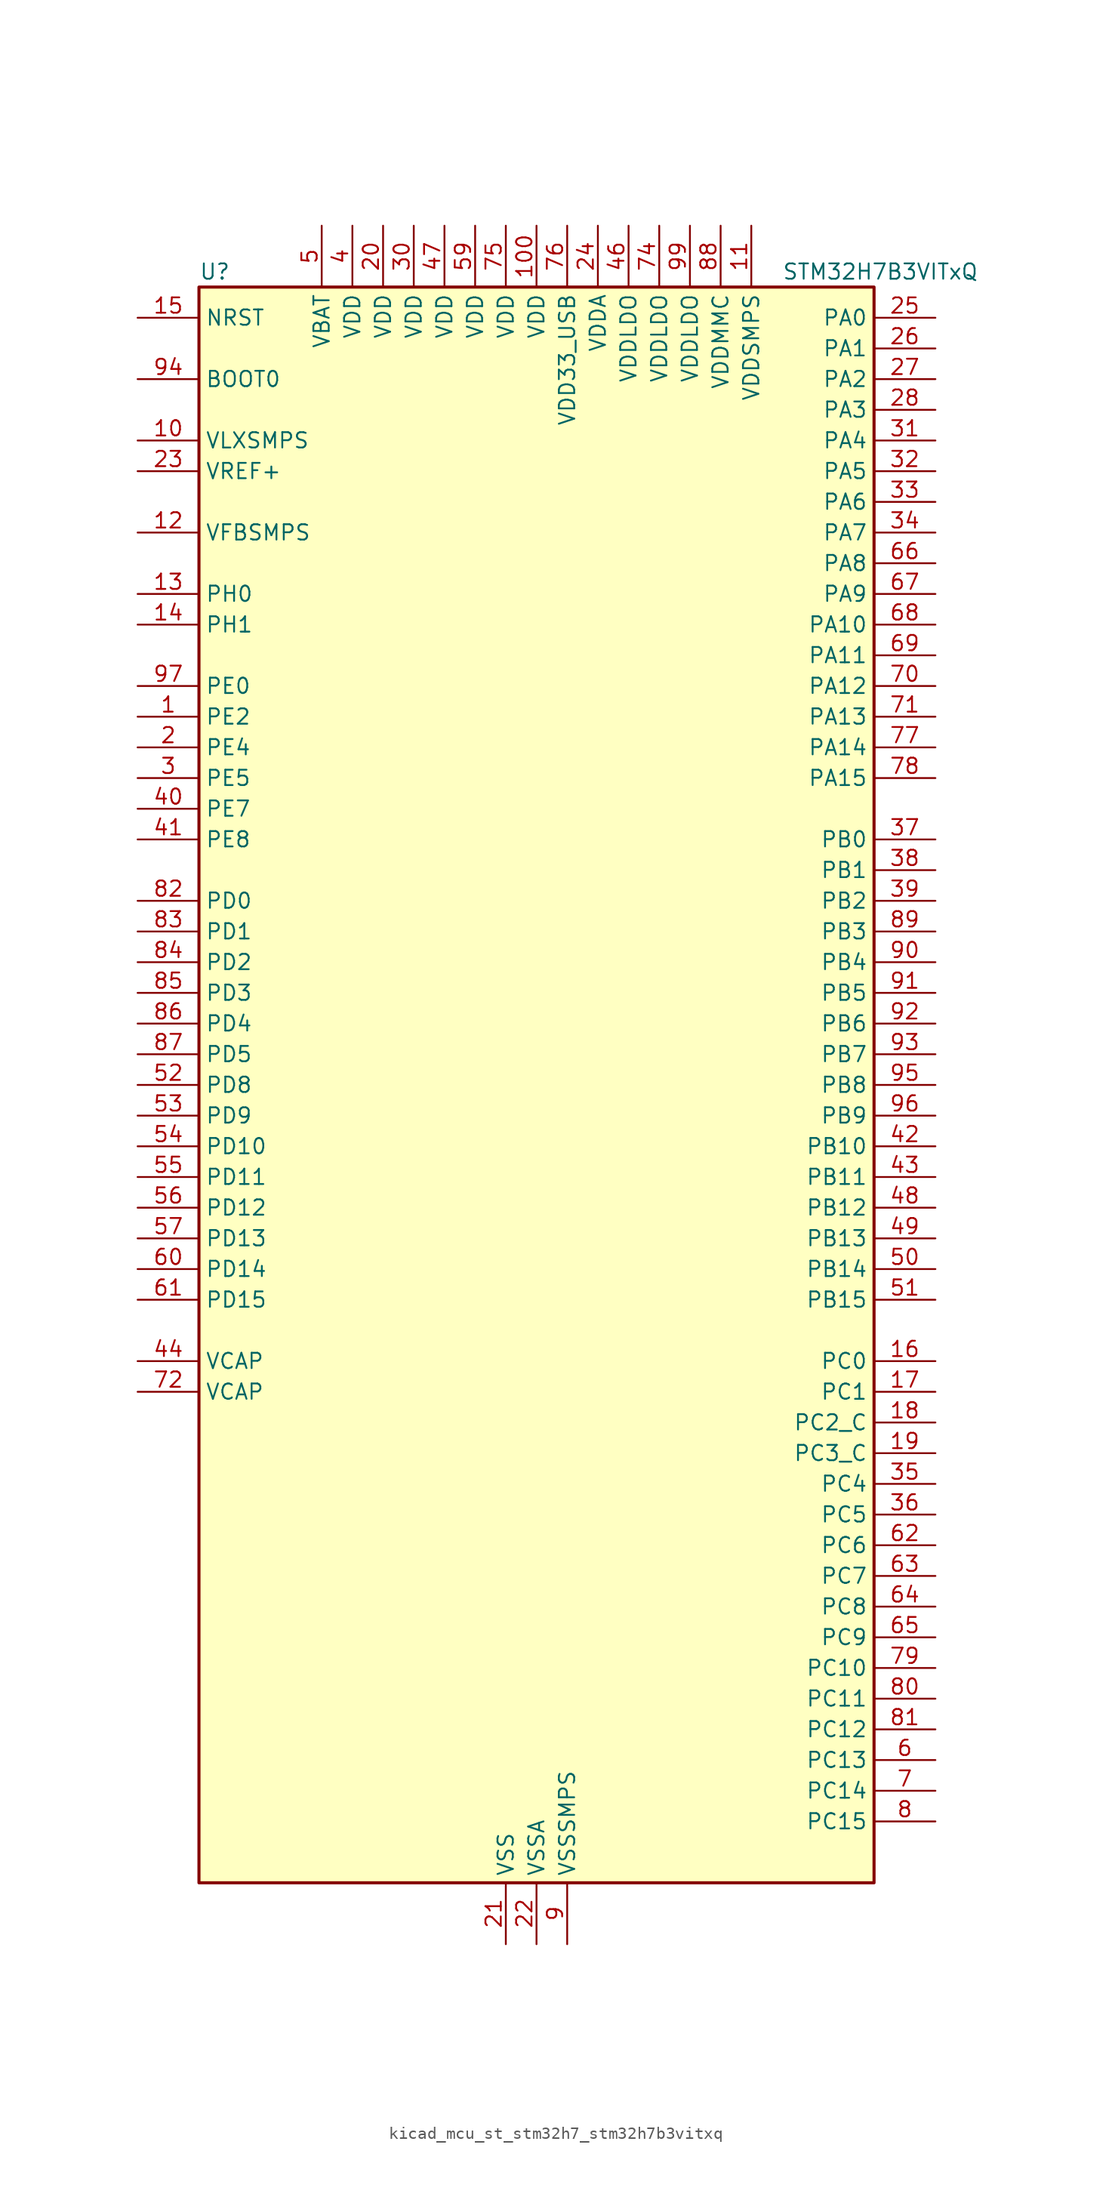
<source format=kicad_sym>
(kicad_symbol_lib
  (version 20220914)
  (generator kicad_symbol_editor)
  (symbol "kicad_mcu_st_stm32h7_stm32h7b3vitxq"
    (property "Reference" "U"
      (at -27.94 67.31 0)
      (effects (font (size 1.27 1.27)) (justify left)))
    (property "Value" "STM32H7B3VITxQ"
      (at 20.32 67.31 0)
      (effects (font (size 1.27 1.27)) (justify left)))
    (property "ki_locked" ""
      (at 0 0 0)
      (effects (font (size 1.27 1.27))))
    (symbol "kicad_mcu_st_stm32h7_stm32h7b3vitxq_0_1"
      (rectangle (start -27.94 -66.04) (end 27.94 66.04) (stroke (width 0.254) (type default)) (fill (type background))))
    (symbol "kicad_mcu_st_stm32h7_stm32h7b3vitxq_1_1"
      (pin bidirectional line (at -33.02 30.48 0) (length 5.08) (name "PE2" (effects (font (size 1.27 1.27)))) (number "1" (effects (font (size 1.27 1.27)))) (alternate "DEBUG_TRACECLK" bidirectional line) (alternate "FMC_A23" bidirectional line) (alternate "OCTOSPIM_P1_IO2" bidirectional line) (alternate "SAI1_CK1" bidirectional line) (alternate "SAI1_MCLK_A" bidirectional line) (alternate "SPI4_SCK" bidirectional line))
      (pin power_in line (at -33.02 53.34 0) (length 5.08) (name "VLXSMPS" (effects (font (size 1.27 1.27)))) (number "10" (effects (font (size 1.27 1.27)))))
      (pin power_in line (at 0 71.12 270) (length 5.08) (name "VDD" (effects (font (size 1.27 1.27)))) (number "100" (effects (font (size 1.27 1.27)))))
      (pin power_in line (at 17.78 71.12 270) (length 5.08) (name "VDDSMPS" (effects (font (size 1.27 1.27)))) (number "11" (effects (font (size 1.27 1.27)))))
      (pin input line (at -33.02 45.72 0) (length 5.08) (name "VFBSMPS" (effects (font (size 1.27 1.27)))) (number "12" (effects (font (size 1.27 1.27)))))
      (pin bidirectional line (at -33.02 40.64 0) (length 5.08) (name "PH0" (effects (font (size 1.27 1.27)))) (number "13" (effects (font (size 1.27 1.27)))) (alternate "RCC_OSC_IN" bidirectional line))
      (pin bidirectional line (at -33.02 38.1 0) (length 5.08) (name "PH1" (effects (font (size 1.27 1.27)))) (number "14" (effects (font (size 1.27 1.27)))) (alternate "RCC_OSC_OUT" bidirectional line))
      (pin input line (at -33.02 63.5 0) (length 5.08) (name "NRST" (effects (font (size 1.27 1.27)))) (number "15" (effects (font (size 1.27 1.27)))))
      (pin bidirectional line (at 33.02 -22.86 180) (length 5.08) (name "PC0" (effects (font (size 1.27 1.27)))) (number "16" (effects (font (size 1.27 1.27)))) (alternate "ADC1_INP10" bidirectional line) (alternate "ADC2_INP10" bidirectional line) (alternate "DFSDM1_CKIN0" bidirectional line) (alternate "DFSDM1_DATIN4" bidirectional line) (alternate "FMC_A25" bidirectional line) (alternate "FMC_SDNWE" bidirectional line) (alternate "LTDC_G2" bidirectional line) (alternate "LTDC_R5" bidirectional line) (alternate "SAI2_FS_B" bidirectional line) (alternate "USB_OTG_HS_ULPI_STP" bidirectional line))
      (pin bidirectional line (at 33.02 -25.4 180) (length 5.08) (name "PC1" (effects (font (size 1.27 1.27)))) (number "17" (effects (font (size 1.27 1.27)))) (alternate "ADC1_INN10" bidirectional line) (alternate "ADC1_INP11" bidirectional line) (alternate "ADC2_INN10" bidirectional line) (alternate "ADC2_INP11" bidirectional line) (alternate "DEBUG_TRACED0" bidirectional line) (alternate "DFSDM1_CKIN4" bidirectional line) (alternate "DFSDM1_DATIN0" bidirectional line) (alternate "I2S2_SDO" bidirectional line) (alternate "LTDC_G5" bidirectional line) (alternate "MDIOS_MDC" bidirectional line) (alternate "OCTOSPIM_P1_IO4" bidirectional line) (alternate "PWR_WKUP6" bidirectional line) (alternate "RTC_TAMP3" bidirectional line) (alternate "SAI1_D1" bidirectional line) (alternate "SAI1_SD_A" bidirectional line) (alternate "SDMMC2_CK" bidirectional line) (alternate "SPI2_MOSI" bidirectional line))
      (pin bidirectional line (at 33.02 -27.94 180) (length 5.08) (name "PC2_C" (effects (font (size 1.27 1.27)))) (number "18" (effects (font (size 1.27 1.27)))) (alternate "ADC2_INN1" bidirectional line) (alternate "ADC2_INP0" bidirectional line) (alternate "DFSDM1_CKIN1" bidirectional line) (alternate "DFSDM1_CKOUT" bidirectional line) (alternate "FMC_SDNE0" bidirectional line) (alternate "I2S2_SDI" bidirectional line) (alternate "OCTOSPIM_P1_IO2" bidirectional line) (alternate "OCTOSPIM_P1_IO5" bidirectional line) (alternate "PWR_CSTOP" bidirectional line) (alternate "SPI2_MISO" bidirectional line) (alternate "USB_OTG_HS_ULPI_DIR" bidirectional line))
      (pin bidirectional line (at 33.02 -30.48 180) (length 5.08) (name "PC3_C" (effects (font (size 1.27 1.27)))) (number "19" (effects (font (size 1.27 1.27)))) (alternate "ADC2_INP1" bidirectional line) (alternate "DFSDM1_DATIN1" bidirectional line) (alternate "FMC_SDCKE0" bidirectional line) (alternate "I2S2_SDO" bidirectional line) (alternate "OCTOSPIM_P1_IO0" bidirectional line) (alternate "OCTOSPIM_P1_IO6" bidirectional line) (alternate "PWR_CSLEEP" bidirectional line) (alternate "SPI2_MOSI" bidirectional line) (alternate "USB_OTG_HS_ULPI_NXT" bidirectional line))
      (pin bidirectional line (at -33.02 27.94 0) (length 5.08) (name "PE4" (effects (font (size 1.27 1.27)))) (number "2" (effects (font (size 1.27 1.27)))) (alternate "DCMI_D4" bidirectional line) (alternate "DEBUG_TRACED1" bidirectional line) (alternate "DFSDM1_DATIN3" bidirectional line) (alternate "FMC_A20" bidirectional line) (alternate "LTDC_B0" bidirectional line) (alternate "PSSI_D4" bidirectional line) (alternate "SAI1_D2" bidirectional line) (alternate "SAI1_FS_A" bidirectional line) (alternate "SPI4_NSS" bidirectional line) (alternate "TIM15_CH1N" bidirectional line))
      (pin power_in line (at -12.7 71.12 270) (length 5.08) (name "VDD" (effects (font (size 1.27 1.27)))) (number "20" (effects (font (size 1.27 1.27)))))
      (pin power_in line (at -2.54 -71.12 90) (length 5.08) (name "VSS" (effects (font (size 1.27 1.27)))) (number "21" (effects (font (size 1.27 1.27)))))
      (pin power_in line (at 0 -71.12 90) (length 5.08) (name "VSSA" (effects (font (size 1.27 1.27)))) (number "22" (effects (font (size 1.27 1.27)))))
      (pin input line (at -33.02 50.8 0) (length 5.08) (name "VREF+" (effects (font (size 1.27 1.27)))) (number "23" (effects (font (size 1.27 1.27)))) (alternate "VREFBUF_OUT" bidirectional line))
      (pin power_in line (at 5.08 71.12 270) (length 5.08) (name "VDDA" (effects (font (size 1.27 1.27)))) (number "24" (effects (font (size 1.27 1.27)))))
      (pin bidirectional line (at 33.02 63.5 180) (length 5.08) (name "PA0" (effects (font (size 1.27 1.27)))) (number "25" (effects (font (size 1.27 1.27)))) (alternate "ADC1_INP16" bidirectional line) (alternate "I2S6_WS" bidirectional line) (alternate "PWR_WKUP1" bidirectional line) (alternate "SAI2_SD_B" bidirectional line) (alternate "SDMMC2_CMD" bidirectional line) (alternate "SPI6_NSS" bidirectional line) (alternate "TIM15_BKIN" bidirectional line) (alternate "TIM2_CH1" bidirectional line) (alternate "TIM2_ETR" bidirectional line) (alternate "TIM5_CH1" bidirectional line) (alternate "TIM8_ETR" bidirectional line) (alternate "UART4_TX" bidirectional line) (alternate "USART2_CTS" bidirectional line) (alternate "USART2_NSS" bidirectional line))
      (pin bidirectional line (at 33.02 60.96 180) (length 5.08) (name "PA1" (effects (font (size 1.27 1.27)))) (number "26" (effects (font (size 1.27 1.27)))) (alternate "ADC1_INN16" bidirectional line) (alternate "ADC1_INP17" bidirectional line) (alternate "LPTIM3_OUT" bidirectional line) (alternate "LTDC_R2" bidirectional line) (alternate "OCTOSPIM_P1_DQS" bidirectional line) (alternate "OCTOSPIM_P1_IO3" bidirectional line) (alternate "SAI2_MCLK_B" bidirectional line) (alternate "TIM15_CH1N" bidirectional line) (alternate "TIM2_CH2" bidirectional line) (alternate "TIM5_CH2" bidirectional line) (alternate "UART4_RX" bidirectional line) (alternate "USART2_DE" bidirectional line) (alternate "USART2_RTS" bidirectional line))
      (pin bidirectional line (at 33.02 58.42 180) (length 5.08) (name "PA2" (effects (font (size 1.27 1.27)))) (number "27" (effects (font (size 1.27 1.27)))) (alternate "ADC1_INP14" bidirectional line) (alternate "DFSDM2_CKIN1" bidirectional line) (alternate "LTDC_R1" bidirectional line) (alternate "MDIOS_MDIO" bidirectional line) (alternate "PWR_WKUP2" bidirectional line) (alternate "SAI2_SCK_B" bidirectional line) (alternate "TIM15_CH1" bidirectional line) (alternate "TIM2_CH3" bidirectional line) (alternate "TIM5_CH3" bidirectional line) (alternate "USART2_TX" bidirectional line))
      (pin bidirectional line (at 33.02 55.88 180) (length 5.08) (name "PA3" (effects (font (size 1.27 1.27)))) (number "28" (effects (font (size 1.27 1.27)))) (alternate "ADC1_INP15" bidirectional line) (alternate "I2S6_MCK" bidirectional line) (alternate "LTDC_B2" bidirectional line) (alternate "LTDC_B5" bidirectional line) (alternate "OCTOSPIM_P1_CLK" bidirectional line) (alternate "TIM15_CH2" bidirectional line) (alternate "TIM2_CH4" bidirectional line) (alternate "TIM5_CH4" bidirectional line) (alternate "USART2_RX" bidirectional line) (alternate "USB_OTG_HS_ULPI_D0" bidirectional line))
      (pin passive line (at -2.54 -71.12 90) (length 5.08) hide (name "VSS" (effects (font (size 1.27 1.27)))) (number "29" (effects (font (size 1.27 1.27)))))
      (pin bidirectional line (at -33.02 25.4 0) (length 5.08) (name "PE5" (effects (font (size 1.27 1.27)))) (number "3" (effects (font (size 1.27 1.27)))) (alternate "DCMI_D6" bidirectional line) (alternate "DEBUG_TRACED2" bidirectional line) (alternate "DFSDM1_CKIN3" bidirectional line) (alternate "FMC_A21" bidirectional line) (alternate "LTDC_G0" bidirectional line) (alternate "PSSI_D6" bidirectional line) (alternate "SAI1_CK2" bidirectional line) (alternate "SAI1_SCK_A" bidirectional line) (alternate "SPI4_MISO" bidirectional line) (alternate "TIM15_CH1" bidirectional line))
      (pin power_in line (at -10.16 71.12 270) (length 5.08) (name "VDD" (effects (font (size 1.27 1.27)))) (number "30" (effects (font (size 1.27 1.27)))))
      (pin bidirectional line (at 33.02 53.34 180) (length 5.08) (name "PA4" (effects (font (size 1.27 1.27)))) (number "31" (effects (font (size 1.27 1.27)))) (alternate "ADC1_INP18" bidirectional line) (alternate "DAC1_OUT1" bidirectional line) (alternate "DCMI_HSYNC" bidirectional line) (alternate "I2S1_WS" bidirectional line) (alternate "I2S3_WS" bidirectional line) (alternate "I2S6_WS" bidirectional line) (alternate "LTDC_VSYNC" bidirectional line) (alternate "PSSI_DE" bidirectional line) (alternate "SPI1_NSS" bidirectional line) (alternate "SPI3_NSS" bidirectional line) (alternate "SPI6_NSS" bidirectional line) (alternate "TIM5_ETR" bidirectional line) (alternate "USART2_CK" bidirectional line))
      (pin bidirectional line (at 33.02 50.8 180) (length 5.08) (name "PA5" (effects (font (size 1.27 1.27)))) (number "32" (effects (font (size 1.27 1.27)))) (alternate "ADC1_INN18" bidirectional line) (alternate "ADC1_INP19" bidirectional line) (alternate "DAC1_OUT2" bidirectional line) (alternate "I2S1_CK" bidirectional line) (alternate "I2S6_CK" bidirectional line) (alternate "LTDC_R4" bidirectional line) (alternate "PSSI_D14" bidirectional line) (alternate "PWR_NDSTOP2" bidirectional line) (alternate "SPI1_SCK" bidirectional line) (alternate "SPI6_SCK" bidirectional line) (alternate "TIM2_CH1" bidirectional line) (alternate "TIM2_ETR" bidirectional line) (alternate "TIM8_CH1N" bidirectional line) (alternate "USB_OTG_HS_ULPI_CK" bidirectional line))
      (pin bidirectional line (at 33.02 48.26 180) (length 5.08) (name "PA6" (effects (font (size 1.27 1.27)))) (number "33" (effects (font (size 1.27 1.27)))) (alternate "ADC1_INP3" bidirectional line) (alternate "ADC2_INP3" bidirectional line) (alternate "DAC2_OUT1" bidirectional line) (alternate "DCMI_PIXCLK" bidirectional line) (alternate "I2S1_SDI" bidirectional line) (alternate "I2S6_SDI" bidirectional line) (alternate "LTDC_G2" bidirectional line) (alternate "MDIOS_MDC" bidirectional line) (alternate "OCTOSPIM_P1_IO3" bidirectional line) (alternate "PSSI_PDCK" bidirectional line) (alternate "SPI1_MISO" bidirectional line) (alternate "SPI6_MISO" bidirectional line) (alternate "TIM13_CH1" bidirectional line) (alternate "TIM1_BKIN" bidirectional line) (alternate "TIM1_BKIN_COMP1" bidirectional line) (alternate "TIM1_BKIN_COMP2" bidirectional line) (alternate "TIM3_CH1" bidirectional line) (alternate "TIM8_BKIN" bidirectional line) (alternate "TIM8_BKIN_COMP1" bidirectional line) (alternate "TIM8_BKIN_COMP2" bidirectional line))
      (pin bidirectional line (at 33.02 45.72 180) (length 5.08) (name "PA7" (effects (font (size 1.27 1.27)))) (number "34" (effects (font (size 1.27 1.27)))) (alternate "ADC1_INN3" bidirectional line) (alternate "ADC1_INP7" bidirectional line) (alternate "ADC2_INN3" bidirectional line) (alternate "ADC2_INP7" bidirectional line) (alternate "DFSDM2_DATIN1" bidirectional line) (alternate "FMC_SDNWE" bidirectional line) (alternate "I2S1_SDO" bidirectional line) (alternate "I2S6_SDO" bidirectional line) (alternate "LTDC_VSYNC" bidirectional line) (alternate "OCTOSPIM_P1_IO2" bidirectional line) (alternate "OPAMP1_VINM" bidirectional line) (alternate "SPI1_MOSI" bidirectional line) (alternate "SPI6_MOSI" bidirectional line) (alternate "TIM14_CH1" bidirectional line) (alternate "TIM1_CH1N" bidirectional line) (alternate "TIM3_CH2" bidirectional line) (alternate "TIM8_CH1N" bidirectional line))
      (pin bidirectional line (at 33.02 -33.02 180) (length 5.08) (name "PC4" (effects (font (size 1.27 1.27)))) (number "35" (effects (font (size 1.27 1.27)))) (alternate "ADC1_INP4" bidirectional line) (alternate "ADC2_INP4" bidirectional line) (alternate "COMP1_INM" bidirectional line) (alternate "DFSDM1_CKIN2" bidirectional line) (alternate "FMC_SDNE0" bidirectional line) (alternate "I2S1_MCK" bidirectional line) (alternate "LTDC_R7" bidirectional line) (alternate "OPAMP1_VOUT" bidirectional line))
      (pin bidirectional line (at 33.02 -35.56 180) (length 5.08) (name "PC5" (effects (font (size 1.27 1.27)))) (number "36" (effects (font (size 1.27 1.27)))) (alternate "ADC1_INN4" bidirectional line) (alternate "ADC1_INP8" bidirectional line) (alternate "ADC2_INN4" bidirectional line) (alternate "ADC2_INP8" bidirectional line) (alternate "COMP1_OUT" bidirectional line) (alternate "DFSDM1_DATIN2" bidirectional line) (alternate "FMC_SDCKE0" bidirectional line) (alternate "LTDC_DE" bidirectional line) (alternate "OCTOSPIM_P1_DQS" bidirectional line) (alternate "OPAMP1_VINM" bidirectional line) (alternate "PSSI_D15" bidirectional line) (alternate "SAI1_D3" bidirectional line))
      (pin bidirectional line (at 33.02 20.32 180) (length 5.08) (name "PB0" (effects (font (size 1.27 1.27)))) (number "37" (effects (font (size 1.27 1.27)))) (alternate "ADC1_INN5" bidirectional line) (alternate "ADC1_INP9" bidirectional line) (alternate "ADC2_INN5" bidirectional line) (alternate "ADC2_INP9" bidirectional line) (alternate "COMP1_INP" bidirectional line) (alternate "DFSDM1_CKOUT" bidirectional line) (alternate "DFSDM2_CKOUT" bidirectional line) (alternate "LTDC_G1" bidirectional line) (alternate "LTDC_R3" bidirectional line) (alternate "OCTOSPIM_P1_IO1" bidirectional line) (alternate "OPAMP1_VINP" bidirectional line) (alternate "TIM1_CH2N" bidirectional line) (alternate "TIM3_CH3" bidirectional line) (alternate "TIM8_CH2N" bidirectional line) (alternate "UART4_CTS" bidirectional line) (alternate "USB_OTG_HS_ULPI_D1" bidirectional line))
      (pin bidirectional line (at 33.02 17.78 180) (length 5.08) (name "PB1" (effects (font (size 1.27 1.27)))) (number "38" (effects (font (size 1.27 1.27)))) (alternate "ADC1_INP5" bidirectional line) (alternate "ADC2_INP5" bidirectional line) (alternate "COMP1_INM" bidirectional line) (alternate "DFSDM1_DATIN1" bidirectional line) (alternate "LTDC_G0" bidirectional line) (alternate "LTDC_R6" bidirectional line) (alternate "OCTOSPIM_P1_IO0" bidirectional line) (alternate "TIM1_CH3N" bidirectional line) (alternate "TIM3_CH4" bidirectional line) (alternate "TIM8_CH3N" bidirectional line) (alternate "USB_OTG_HS_ULPI_D2" bidirectional line))
      (pin bidirectional line (at 33.02 15.24 180) (length 5.08) (name "PB2" (effects (font (size 1.27 1.27)))) (number "39" (effects (font (size 1.27 1.27)))) (alternate "COMP1_INP" bidirectional line) (alternate "DFSDM1_CKIN1" bidirectional line) (alternate "I2S3_SDO" bidirectional line) (alternate "OCTOSPIM_P1_CLK" bidirectional line) (alternate "OCTOSPIM_P1_DQS" bidirectional line) (alternate "RTC_OUT_ALARM" bidirectional line) (alternate "RTC_OUT_CALIB" bidirectional line) (alternate "SAI1_D1" bidirectional line) (alternate "SAI1_SD_A" bidirectional line) (alternate "SPI3_MOSI" bidirectional line))
      (pin power_in line (at -15.24 71.12 270) (length 5.08) (name "VDD" (effects (font (size 1.27 1.27)))) (number "4" (effects (font (size 1.27 1.27)))))
      (pin bidirectional line (at -33.02 22.86 0) (length 5.08) (name "PE7" (effects (font (size 1.27 1.27)))) (number "40" (effects (font (size 1.27 1.27)))) (alternate "COMP2_INM" bidirectional line) (alternate "DFSDM1_DATIN2" bidirectional line) (alternate "FMC_D4" bidirectional line) (alternate "FMC_DA4" bidirectional line) (alternate "OCTOSPIM_P1_IO4" bidirectional line) (alternate "OPAMP2_VOUT" bidirectional line) (alternate "TIM1_ETR" bidirectional line) (alternate "UART7_RX" bidirectional line))
      (pin bidirectional line (at -33.02 20.32 0) (length 5.08) (name "PE8" (effects (font (size 1.27 1.27)))) (number "41" (effects (font (size 1.27 1.27)))) (alternate "COMP2_OUT" bidirectional line) (alternate "DFSDM1_CKIN2" bidirectional line) (alternate "FMC_D5" bidirectional line) (alternate "FMC_DA5" bidirectional line) (alternate "OCTOSPIM_P1_IO5" bidirectional line) (alternate "OPAMP2_VINM" bidirectional line) (alternate "TIM1_CH1N" bidirectional line) (alternate "UART7_TX" bidirectional line))
      (pin bidirectional line (at 33.02 -5.08 180) (length 5.08) (name "PB10" (effects (font (size 1.27 1.27)))) (number "42" (effects (font (size 1.27 1.27)))) (alternate "DFSDM1_DATIN7" bidirectional line) (alternate "I2C2_SCL" bidirectional line) (alternate "I2S2_CK" bidirectional line) (alternate "LPTIM2_IN1" bidirectional line) (alternate "LTDC_G4" bidirectional line) (alternate "OCTOSPIM_P1_NCS" bidirectional line) (alternate "SPI2_SCK" bidirectional line) (alternate "TIM2_CH3" bidirectional line) (alternate "USART3_TX" bidirectional line) (alternate "USB_OTG_HS_ULPI_D3" bidirectional line))
      (pin bidirectional line (at 33.02 -7.62 180) (length 5.08) (name "PB11" (effects (font (size 1.27 1.27)))) (number "43" (effects (font (size 1.27 1.27)))) (alternate "ADC1_EXTI11" bidirectional line) (alternate "ADC2_EXTI11" bidirectional line) (alternate "DFSDM1_CKIN7" bidirectional line) (alternate "I2C2_SDA" bidirectional line) (alternate "LPTIM2_ETR" bidirectional line) (alternate "LTDC_G5" bidirectional line) (alternate "TIM2_CH4" bidirectional line) (alternate "USART3_RX" bidirectional line) (alternate "USB_OTG_HS_ULPI_D4" bidirectional line))
      (pin power_out line (at -33.02 -22.86 0) (length 5.08) (name "VCAP" (effects (font (size 1.27 1.27)))) (number "44" (effects (font (size 1.27 1.27)))))
      (pin passive line (at -2.54 -71.12 90) (length 5.08) hide (name "VSS" (effects (font (size 1.27 1.27)))) (number "45" (effects (font (size 1.27 1.27)))))
      (pin power_in line (at 7.62 71.12 270) (length 5.08) (name "VDDLDO" (effects (font (size 1.27 1.27)))) (number "46" (effects (font (size 1.27 1.27)))))
      (pin power_in line (at -7.62 71.12 270) (length 5.08) (name "VDD" (effects (font (size 1.27 1.27)))) (number "47" (effects (font (size 1.27 1.27)))))
      (pin bidirectional line (at 33.02 -10.16 180) (length 5.08) (name "PB12" (effects (font (size 1.27 1.27)))) (number "48" (effects (font (size 1.27 1.27)))) (alternate "DFSDM1_DATIN1" bidirectional line) (alternate "DFSDM2_DATIN1" bidirectional line) (alternate "FDCAN2_RX" bidirectional line) (alternate "I2C2_SMBA" bidirectional line) (alternate "I2S2_WS" bidirectional line) (alternate "OCTOSPIM_P1_NCLK" bidirectional line) (alternate "SPI2_NSS" bidirectional line) (alternate "TIM1_BKIN" bidirectional line) (alternate "TIM1_BKIN_COMP1" bidirectional line) (alternate "TIM1_BKIN_COMP2" bidirectional line) (alternate "UART5_RX" bidirectional line) (alternate "USART3_CK" bidirectional line) (alternate "USB_OTG_HS_ULPI_D5" bidirectional line))
      (pin bidirectional line (at 33.02 -12.7 180) (length 5.08) (name "PB13" (effects (font (size 1.27 1.27)))) (number "49" (effects (font (size 1.27 1.27)))) (alternate "DCMI_D2" bidirectional line) (alternate "DFSDM1_CKIN1" bidirectional line) (alternate "DFSDM2_CKIN1" bidirectional line) (alternate "FDCAN2_TX" bidirectional line) (alternate "I2S2_CK" bidirectional line) (alternate "LPTIM2_OUT" bidirectional line) (alternate "PSSI_D2" bidirectional line) (alternate "SDMMC1_D0" bidirectional line) (alternate "SPI2_SCK" bidirectional line) (alternate "TIM1_CH1N" bidirectional line) (alternate "UART5_TX" bidirectional line) (alternate "USART3_CTS" bidirectional line) (alternate "USART3_NSS" bidirectional line) (alternate "USB_OTG_HS_ULPI_D6" bidirectional line))
      (pin power_in line (at -17.78 71.12 270) (length 5.08) (name "VBAT" (effects (font (size 1.27 1.27)))) (number "5" (effects (font (size 1.27 1.27)))))
      (pin bidirectional line (at 33.02 -15.24 180) (length 5.08) (name "PB14" (effects (font (size 1.27 1.27)))) (number "50" (effects (font (size 1.27 1.27)))) (alternate "DFSDM1_DATIN2" bidirectional line) (alternate "I2S2_SDI" bidirectional line) (alternate "LTDC_CLK" bidirectional line) (alternate "SDMMC2_D0" bidirectional line) (alternate "SPI2_MISO" bidirectional line) (alternate "TIM12_CH1" bidirectional line) (alternate "TIM1_CH2N" bidirectional line) (alternate "TIM8_CH2N" bidirectional line) (alternate "UART4_DE" bidirectional line) (alternate "UART4_RTS" bidirectional line) (alternate "USART1_TX" bidirectional line) (alternate "USART3_DE" bidirectional line) (alternate "USART3_RTS" bidirectional line))
      (pin bidirectional line (at 33.02 -17.78 180) (length 5.08) (name "PB15" (effects (font (size 1.27 1.27)))) (number "51" (effects (font (size 1.27 1.27)))) (alternate "ADC1_EXTI15" bidirectional line) (alternate "ADC2_EXTI15" bidirectional line) (alternate "DFSDM1_CKIN2" bidirectional line) (alternate "I2S2_SDO" bidirectional line) (alternate "LTDC_G7" bidirectional line) (alternate "RTC_REFIN" bidirectional line) (alternate "SDMMC2_D1" bidirectional line) (alternate "SPI2_MOSI" bidirectional line) (alternate "TIM12_CH2" bidirectional line) (alternate "TIM1_CH3N" bidirectional line) (alternate "TIM8_CH3N" bidirectional line) (alternate "UART4_CTS" bidirectional line) (alternate "USART1_RX" bidirectional line))
      (pin bidirectional line (at -33.02 0 0) (length 5.08) (name "PD8" (effects (font (size 1.27 1.27)))) (number "52" (effects (font (size 1.27 1.27)))) (alternate "DFSDM1_CKIN3" bidirectional line) (alternate "FMC_D13" bidirectional line) (alternate "FMC_DA13" bidirectional line) (alternate "USART3_TX" bidirectional line))
      (pin bidirectional line (at -33.02 -2.54 0) (length 5.08) (name "PD9" (effects (font (size 1.27 1.27)))) (number "53" (effects (font (size 1.27 1.27)))) (alternate "DAC1_EXTI9" bidirectional line) (alternate "DFSDM1_DATIN3" bidirectional line) (alternate "FMC_D14" bidirectional line) (alternate "FMC_DA14" bidirectional line) (alternate "USART3_RX" bidirectional line))
      (pin bidirectional line (at -33.02 -5.08 0) (length 5.08) (name "PD10" (effects (font (size 1.27 1.27)))) (number "54" (effects (font (size 1.27 1.27)))) (alternate "DFSDM1_CKOUT" bidirectional line) (alternate "DFSDM2_CKOUT" bidirectional line) (alternate "FMC_D15" bidirectional line) (alternate "FMC_DA15" bidirectional line) (alternate "LTDC_B3" bidirectional line) (alternate "USART3_CK" bidirectional line))
      (pin bidirectional line (at -33.02 -7.62 0) (length 5.08) (name "PD11" (effects (font (size 1.27 1.27)))) (number "55" (effects (font (size 1.27 1.27)))) (alternate "ADC1_EXTI11" bidirectional line) (alternate "ADC2_EXTI11" bidirectional line) (alternate "FMC_A16" bidirectional line) (alternate "FMC_CLE" bidirectional line) (alternate "I2C4_SMBA" bidirectional line) (alternate "LPTIM2_IN2" bidirectional line) (alternate "OCTOSPIM_P1_IO0" bidirectional line) (alternate "SAI2_SD_A" bidirectional line) (alternate "USART3_CTS" bidirectional line) (alternate "USART3_NSS" bidirectional line))
      (pin bidirectional line (at -33.02 -10.16 0) (length 5.08) (name "PD12" (effects (font (size 1.27 1.27)))) (number "56" (effects (font (size 1.27 1.27)))) (alternate "DCMI_D12" bidirectional line) (alternate "FMC_A17" bidirectional line) (alternate "FMC_ALE" bidirectional line) (alternate "I2C4_SCL" bidirectional line) (alternate "LPTIM1_IN1" bidirectional line) (alternate "LPTIM2_IN1" bidirectional line) (alternate "OCTOSPIM_P1_IO1" bidirectional line) (alternate "PSSI_D12" bidirectional line) (alternate "SAI2_FS_A" bidirectional line) (alternate "TIM4_CH1" bidirectional line) (alternate "USART3_DE" bidirectional line) (alternate "USART3_RTS" bidirectional line))
      (pin bidirectional line (at -33.02 -12.7 0) (length 5.08) (name "PD13" (effects (font (size 1.27 1.27)))) (number "57" (effects (font (size 1.27 1.27)))) (alternate "DCMI_D13" bidirectional line) (alternate "FMC_A18" bidirectional line) (alternate "I2C4_SDA" bidirectional line) (alternate "LPTIM1_OUT" bidirectional line) (alternate "OCTOSPIM_P1_IO3" bidirectional line) (alternate "PSSI_D13" bidirectional line) (alternate "SAI2_SCK_A" bidirectional line) (alternate "TIM4_CH2" bidirectional line) (alternate "UART9_DE" bidirectional line) (alternate "UART9_RTS" bidirectional line))
      (pin passive line (at -2.54 -71.12 90) (length 5.08) hide (name "VSS" (effects (font (size 1.27 1.27)))) (number "58" (effects (font (size 1.27 1.27)))))
      (pin power_in line (at -5.08 71.12 270) (length 5.08) (name "VDD" (effects (font (size 1.27 1.27)))) (number "59" (effects (font (size 1.27 1.27)))))
      (pin bidirectional line (at 33.02 -55.88 180) (length 5.08) (name "PC13" (effects (font (size 1.27 1.27)))) (number "6" (effects (font (size 1.27 1.27)))) (alternate "PWR_WKUP4" bidirectional line) (alternate "RTC_OUT_ALARM" bidirectional line) (alternate "RTC_OUT_CALIB" bidirectional line) (alternate "RTC_TAMP1" bidirectional line) (alternate "RTC_TS" bidirectional line))
      (pin bidirectional line (at -33.02 -15.24 0) (length 5.08) (name "PD14" (effects (font (size 1.27 1.27)))) (number "60" (effects (font (size 1.27 1.27)))) (alternate "FMC_D0" bidirectional line) (alternate "FMC_DA0" bidirectional line) (alternate "TIM4_CH3" bidirectional line) (alternate "UART8_CTS" bidirectional line) (alternate "UART9_RX" bidirectional line))
      (pin bidirectional line (at -33.02 -17.78 0) (length 5.08) (name "PD15" (effects (font (size 1.27 1.27)))) (number "61" (effects (font (size 1.27 1.27)))) (alternate "ADC1_EXTI15" bidirectional line) (alternate "ADC2_EXTI15" bidirectional line) (alternate "FMC_D1" bidirectional line) (alternate "FMC_DA1" bidirectional line) (alternate "TIM4_CH4" bidirectional line) (alternate "UART8_DE" bidirectional line) (alternate "UART8_RTS" bidirectional line) (alternate "UART9_TX" bidirectional line))
      (pin bidirectional line (at 33.02 -38.1 180) (length 5.08) (name "PC6" (effects (font (size 1.27 1.27)))) (number "62" (effects (font (size 1.27 1.27)))) (alternate "DCMI_D0" bidirectional line) (alternate "DFSDM1_CKIN3" bidirectional line) (alternate "FMC_NWAIT" bidirectional line) (alternate "I2S2_MCK" bidirectional line) (alternate "LTDC_HSYNC" bidirectional line) (alternate "PSSI_D0" bidirectional line) (alternate "SDMMC1_D0DIR" bidirectional line) (alternate "SDMMC1_D6" bidirectional line) (alternate "SDMMC2_D6" bidirectional line) (alternate "SWPMI1_IO" bidirectional line) (alternate "TIM3_CH1" bidirectional line) (alternate "TIM8_CH1" bidirectional line) (alternate "USART6_TX" bidirectional line))
      (pin bidirectional line (at 33.02 -40.64 180) (length 5.08) (name "PC7" (effects (font (size 1.27 1.27)))) (number "63" (effects (font (size 1.27 1.27)))) (alternate "DCMI_D1" bidirectional line) (alternate "DEBUG_TRGIO" bidirectional line) (alternate "DFSDM1_DATIN3" bidirectional line) (alternate "FMC_NE1" bidirectional line) (alternate "I2S3_MCK" bidirectional line) (alternate "LTDC_G6" bidirectional line) (alternate "PSSI_D1" bidirectional line) (alternate "SDMMC1_D123DIR" bidirectional line) (alternate "SDMMC1_D7" bidirectional line) (alternate "SDMMC2_D7" bidirectional line) (alternate "SWPMI1_TX" bidirectional line) (alternate "TIM3_CH2" bidirectional line) (alternate "TIM8_CH2" bidirectional line) (alternate "USART6_RX" bidirectional line))
      (pin bidirectional line (at 33.02 -43.18 180) (length 5.08) (name "PC8" (effects (font (size 1.27 1.27)))) (number "64" (effects (font (size 1.27 1.27)))) (alternate "DCMI_D2" bidirectional line) (alternate "DEBUG_TRACED1" bidirectional line) (alternate "FMC_INT" bidirectional line) (alternate "FMC_NCE" bidirectional line) (alternate "FMC_NE2" bidirectional line) (alternate "PSSI_D2" bidirectional line) (alternate "SDMMC1_D0" bidirectional line) (alternate "SWPMI1_RX" bidirectional line) (alternate "TIM3_CH3" bidirectional line) (alternate "TIM8_CH3" bidirectional line) (alternate "UART5_DE" bidirectional line) (alternate "UART5_RTS" bidirectional line) (alternate "USART6_CK" bidirectional line))
      (pin bidirectional line (at 33.02 -45.72 180) (length 5.08) (name "PC9" (effects (font (size 1.27 1.27)))) (number "65" (effects (font (size 1.27 1.27)))) (alternate "DAC1_EXTI9" bidirectional line) (alternate "DCMI_D3" bidirectional line) (alternate "I2C3_SDA" bidirectional line) (alternate "I2S_CKIN" bidirectional line) (alternate "LTDC_B2" bidirectional line) (alternate "LTDC_G3" bidirectional line) (alternate "OCTOSPIM_P1_IO0" bidirectional line) (alternate "PSSI_D3" bidirectional line) (alternate "RCC_MCO_2" bidirectional line) (alternate "SDMMC1_D1" bidirectional line) (alternate "SWPMI1_SUSPEND" bidirectional line) (alternate "TIM3_CH4" bidirectional line) (alternate "TIM8_CH4" bidirectional line) (alternate "UART5_CTS" bidirectional line))
      (pin bidirectional line (at 33.02 43.18 180) (length 5.08) (name "PA8" (effects (font (size 1.27 1.27)))) (number "66" (effects (font (size 1.27 1.27)))) (alternate "I2C3_SCL" bidirectional line) (alternate "LTDC_B3" bidirectional line) (alternate "LTDC_R6" bidirectional line) (alternate "RCC_MCO_1" bidirectional line) (alternate "TIM1_CH1" bidirectional line) (alternate "TIM8_BKIN2" bidirectional line) (alternate "TIM8_BKIN2_COMP1" bidirectional line) (alternate "TIM8_BKIN2_COMP2" bidirectional line) (alternate "UART7_RX" bidirectional line) (alternate "USART1_CK" bidirectional line) (alternate "USB_OTG_HS_SOF" bidirectional line))
      (pin bidirectional line (at 33.02 40.64 180) (length 5.08) (name "PA9" (effects (font (size 1.27 1.27)))) (number "67" (effects (font (size 1.27 1.27)))) (alternate "DAC1_EXTI9" bidirectional line) (alternate "DCMI_D0" bidirectional line) (alternate "I2C3_SMBA" bidirectional line) (alternate "I2S2_CK" bidirectional line) (alternate "LPUART1_TX" bidirectional line) (alternate "LTDC_R5" bidirectional line) (alternate "PSSI_D0" bidirectional line) (alternate "SPI2_SCK" bidirectional line) (alternate "TIM1_CH2" bidirectional line) (alternate "USART1_TX" bidirectional line) (alternate "USB_OTG_HS_VBUS" bidirectional line))
      (pin bidirectional line (at 33.02 38.1 180) (length 5.08) (name "PA10" (effects (font (size 1.27 1.27)))) (number "68" (effects (font (size 1.27 1.27)))) (alternate "DCMI_D1" bidirectional line) (alternate "LPUART1_RX" bidirectional line) (alternate "LTDC_B1" bidirectional line) (alternate "LTDC_B4" bidirectional line) (alternate "MDIOS_MDIO" bidirectional line) (alternate "PSSI_D1" bidirectional line) (alternate "TIM1_CH3" bidirectional line) (alternate "USART1_RX" bidirectional line) (alternate "USB_OTG_HS_ID" bidirectional line))
      (pin bidirectional line (at 33.02 35.56 180) (length 5.08) (name "PA11" (effects (font (size 1.27 1.27)))) (number "69" (effects (font (size 1.27 1.27)))) (alternate "ADC1_EXTI11" bidirectional line) (alternate "ADC2_EXTI11" bidirectional line) (alternate "FDCAN1_RX" bidirectional line) (alternate "I2S2_WS" bidirectional line) (alternate "LPUART1_CTS" bidirectional line) (alternate "LTDC_R4" bidirectional line) (alternate "SPI2_NSS" bidirectional line) (alternate "TIM1_CH4" bidirectional line) (alternate "UART4_RX" bidirectional line) (alternate "USART1_CTS" bidirectional line) (alternate "USART1_NSS" bidirectional line) (alternate "USB_OTG_HS_DM" bidirectional line))
      (pin bidirectional line (at 33.02 -58.42 180) (length 5.08) (name "PC14" (effects (font (size 1.27 1.27)))) (number "7" (effects (font (size 1.27 1.27)))) (alternate "RCC_OSC32_IN" bidirectional line))
      (pin bidirectional line (at 33.02 33.02 180) (length 5.08) (name "PA12" (effects (font (size 1.27 1.27)))) (number "70" (effects (font (size 1.27 1.27)))) (alternate "FDCAN1_TX" bidirectional line) (alternate "I2S2_CK" bidirectional line) (alternate "LPUART1_DE" bidirectional line) (alternate "LPUART1_RTS" bidirectional line) (alternate "LTDC_R5" bidirectional line) (alternate "SAI2_FS_B" bidirectional line) (alternate "SPI2_SCK" bidirectional line) (alternate "TIM1_ETR" bidirectional line) (alternate "UART4_TX" bidirectional line) (alternate "USART1_DE" bidirectional line) (alternate "USART1_RTS" bidirectional line) (alternate "USB_OTG_HS_DP" bidirectional line))
      (pin bidirectional line (at 33.02 30.48 180) (length 5.08) (name "PA13" (effects (font (size 1.27 1.27)))) (number "71" (effects (font (size 1.27 1.27)))) (alternate "DEBUG_JTMS-SWDIO" bidirectional line))
      (pin power_out line (at -33.02 -25.4 0) (length 5.08) (name "VCAP" (effects (font (size 1.27 1.27)))) (number "72" (effects (font (size 1.27 1.27)))))
      (pin passive line (at -2.54 -71.12 90) (length 5.08) hide (name "VSS" (effects (font (size 1.27 1.27)))) (number "73" (effects (font (size 1.27 1.27)))))
      (pin power_in line (at 10.16 71.12 270) (length 5.08) (name "VDDLDO" (effects (font (size 1.27 1.27)))) (number "74" (effects (font (size 1.27 1.27)))))
      (pin power_in line (at -2.54 71.12 270) (length 5.08) (name "VDD" (effects (font (size 1.27 1.27)))) (number "75" (effects (font (size 1.27 1.27)))))
      (pin power_in line (at 2.54 71.12 270) (length 5.08) (name "VDD33_USB" (effects (font (size 1.27 1.27)))) (number "76" (effects (font (size 1.27 1.27)))))
      (pin bidirectional line (at 33.02 27.94 180) (length 5.08) (name "PA14" (effects (font (size 1.27 1.27)))) (number "77" (effects (font (size 1.27 1.27)))) (alternate "DEBUG_JTCK-SWCLK" bidirectional line))
      (pin bidirectional line (at 33.02 25.4 180) (length 5.08) (name "PA15" (effects (font (size 1.27 1.27)))) (number "78" (effects (font (size 1.27 1.27)))) (alternate "ADC1_EXTI15" bidirectional line) (alternate "ADC2_EXTI15" bidirectional line) (alternate "CEC" bidirectional line) (alternate "DEBUG_JTDI" bidirectional line) (alternate "I2S1_WS" bidirectional line) (alternate "I2S3_WS" bidirectional line) (alternate "I2S6_WS" bidirectional line) (alternate "LTDC_B6" bidirectional line) (alternate "LTDC_R3" bidirectional line) (alternate "SPI1_NSS" bidirectional line) (alternate "SPI3_NSS" bidirectional line) (alternate "SPI6_NSS" bidirectional line) (alternate "TIM2_CH1" bidirectional line) (alternate "TIM2_ETR" bidirectional line) (alternate "UART4_DE" bidirectional line) (alternate "UART4_RTS" bidirectional line) (alternate "UART7_TX" bidirectional line))
      (pin bidirectional line (at 33.02 -48.26 180) (length 5.08) (name "PC10" (effects (font (size 1.27 1.27)))) (number "79" (effects (font (size 1.27 1.27)))) (alternate "DCMI_D8" bidirectional line) (alternate "DFSDM1_CKIN5" bidirectional line) (alternate "DFSDM2_CKIN0" bidirectional line) (alternate "I2S3_CK" bidirectional line) (alternate "LTDC_B1" bidirectional line) (alternate "LTDC_R2" bidirectional line) (alternate "OCTOSPIM_P1_IO1" bidirectional line) (alternate "PSSI_D8" bidirectional line) (alternate "SDMMC1_D2" bidirectional line) (alternate "SPI3_SCK" bidirectional line) (alternate "SWPMI1_RX" bidirectional line) (alternate "UART4_TX" bidirectional line) (alternate "USART3_TX" bidirectional line))
      (pin bidirectional line (at 33.02 -60.96 180) (length 5.08) (name "PC15" (effects (font (size 1.27 1.27)))) (number "8" (effects (font (size 1.27 1.27)))) (alternate "ADC1_EXTI15" bidirectional line) (alternate "ADC2_EXTI15" bidirectional line) (alternate "RCC_OSC32_OUT" bidirectional line))
      (pin bidirectional line (at 33.02 -50.8 180) (length 5.08) (name "PC11" (effects (font (size 1.27 1.27)))) (number "80" (effects (font (size 1.27 1.27)))) (alternate "ADC1_EXTI11" bidirectional line) (alternate "ADC2_EXTI11" bidirectional line) (alternate "DCMI_D4" bidirectional line) (alternate "DFSDM1_DATIN5" bidirectional line) (alternate "DFSDM2_DATIN0" bidirectional line) (alternate "I2S3_SDI" bidirectional line) (alternate "LTDC_B4" bidirectional line) (alternate "OCTOSPIM_P1_NCS" bidirectional line) (alternate "PSSI_D4" bidirectional line) (alternate "SDMMC1_D3" bidirectional line) (alternate "SPI3_MISO" bidirectional line) (alternate "UART4_RX" bidirectional line) (alternate "USART3_RX" bidirectional line))
      (pin bidirectional line (at 33.02 -53.34 180) (length 5.08) (name "PC12" (effects (font (size 1.27 1.27)))) (number "81" (effects (font (size 1.27 1.27)))) (alternate "DCMI_D9" bidirectional line) (alternate "DEBUG_TRACED3" bidirectional line) (alternate "DFSDM2_CKOUT" bidirectional line) (alternate "I2S3_SDO" bidirectional line) (alternate "I2S6_CK" bidirectional line) (alternate "LTDC_R6" bidirectional line) (alternate "PSSI_D9" bidirectional line) (alternate "SDMMC1_CK" bidirectional line) (alternate "SPI3_MOSI" bidirectional line) (alternate "SPI6_SCK" bidirectional line) (alternate "TIM15_CH1" bidirectional line) (alternate "UART5_TX" bidirectional line) (alternate "USART3_CK" bidirectional line))
      (pin bidirectional line (at -33.02 15.24 0) (length 5.08) (name "PD0" (effects (font (size 1.27 1.27)))) (number "82" (effects (font (size 1.27 1.27)))) (alternate "DFSDM1_CKIN6" bidirectional line) (alternate "FDCAN1_RX" bidirectional line) (alternate "FMC_D2" bidirectional line) (alternate "FMC_DA2" bidirectional line) (alternate "LTDC_B1" bidirectional line) (alternate "UART4_RX" bidirectional line) (alternate "UART9_CTS" bidirectional line))
      (pin bidirectional line (at -33.02 12.7 0) (length 5.08) (name "PD1" (effects (font (size 1.27 1.27)))) (number "83" (effects (font (size 1.27 1.27)))) (alternate "DFSDM1_DATIN6" bidirectional line) (alternate "FDCAN1_TX" bidirectional line) (alternate "FMC_D3" bidirectional line) (alternate "FMC_DA3" bidirectional line) (alternate "UART4_TX" bidirectional line))
      (pin bidirectional line (at -33.02 10.16 0) (length 5.08) (name "PD2" (effects (font (size 1.27 1.27)))) (number "84" (effects (font (size 1.27 1.27)))) (alternate "DCMI_D11" bidirectional line) (alternate "DEBUG_TRACED2" bidirectional line) (alternate "LTDC_B2" bidirectional line) (alternate "LTDC_B7" bidirectional line) (alternate "PSSI_D11" bidirectional line) (alternate "SDMMC1_CMD" bidirectional line) (alternate "TIM15_BKIN" bidirectional line) (alternate "TIM3_ETR" bidirectional line) (alternate "UART5_RX" bidirectional line))
      (pin bidirectional line (at -33.02 7.62 0) (length 5.08) (name "PD3" (effects (font (size 1.27 1.27)))) (number "85" (effects (font (size 1.27 1.27)))) (alternate "DCMI_D5" bidirectional line) (alternate "DFSDM1_CKOUT" bidirectional line) (alternate "FMC_CLK" bidirectional line) (alternate "I2S2_CK" bidirectional line) (alternate "LTDC_G7" bidirectional line) (alternate "PSSI_D5" bidirectional line) (alternate "SPI2_SCK" bidirectional line) (alternate "USART2_CTS" bidirectional line) (alternate "USART2_NSS" bidirectional line))
      (pin bidirectional line (at -33.02 5.08 0) (length 5.08) (name "PD4" (effects (font (size 1.27 1.27)))) (number "86" (effects (font (size 1.27 1.27)))) (alternate "FMC_NOE" bidirectional line) (alternate "OCTOSPIM_P1_IO4" bidirectional line) (alternate "USART2_DE" bidirectional line) (alternate "USART2_RTS" bidirectional line))
      (pin bidirectional line (at -33.02 2.54 0) (length 5.08) (name "PD5" (effects (font (size 1.27 1.27)))) (number "87" (effects (font (size 1.27 1.27)))) (alternate "FMC_NWE" bidirectional line) (alternate "OCTOSPIM_P1_IO5" bidirectional line) (alternate "USART2_TX" bidirectional line))
      (pin power_in line (at 15.24 71.12 270) (length 5.08) (name "VDDMMC" (effects (font (size 1.27 1.27)))) (number "88" (effects (font (size 1.27 1.27)))))
      (pin bidirectional line (at 33.02 12.7 180) (length 5.08) (name "PB3" (effects (font (size 1.27 1.27)))) (number "89" (effects (font (size 1.27 1.27)))) (alternate "CRS_SYNC" bidirectional line) (alternate "DEBUG_JTDO-SWO" bidirectional line) (alternate "I2S1_CK" bidirectional line) (alternate "I2S3_CK" bidirectional line) (alternate "I2S6_CK" bidirectional line) (alternate "SDMMC2_D2" bidirectional line) (alternate "SPI1_SCK" bidirectional line) (alternate "SPI3_SCK" bidirectional line) (alternate "SPI6_SCK" bidirectional line) (alternate "TIM2_CH2" bidirectional line) (alternate "UART7_RX" bidirectional line))
      (pin power_in line (at 2.54 -71.12 90) (length 5.08) (name "VSSSMPS" (effects (font (size 1.27 1.27)))) (number "9" (effects (font (size 1.27 1.27)))))
      (pin bidirectional line (at 33.02 10.16 180) (length 5.08) (name "PB4" (effects (font (size 1.27 1.27)))) (number "90" (effects (font (size 1.27 1.27)))) (alternate "DEBUG_JTRST" bidirectional line) (alternate "I2S1_SDI" bidirectional line) (alternate "I2S2_WS" bidirectional line) (alternate "I2S3_SDI" bidirectional line) (alternate "I2S6_SDI" bidirectional line) (alternate "SDMMC2_D3" bidirectional line) (alternate "SPI1_MISO" bidirectional line) (alternate "SPI2_NSS" bidirectional line) (alternate "SPI3_MISO" bidirectional line) (alternate "SPI6_MISO" bidirectional line) (alternate "TIM16_BKIN" bidirectional line) (alternate "TIM3_CH1" bidirectional line) (alternate "UART7_TX" bidirectional line))
      (pin bidirectional line (at 33.02 7.62 180) (length 5.08) (name "PB5" (effects (font (size 1.27 1.27)))) (number "91" (effects (font (size 1.27 1.27)))) (alternate "DCMI_D10" bidirectional line) (alternate "FDCAN2_RX" bidirectional line) (alternate "FMC_SDCKE1" bidirectional line) (alternate "I2C1_SMBA" bidirectional line) (alternate "I2C4_SMBA" bidirectional line) (alternate "I2S1_SDO" bidirectional line) (alternate "I2S3_SDO" bidirectional line) (alternate "I2S6_SDO" bidirectional line) (alternate "LTDC_B5" bidirectional line) (alternate "PSSI_D10" bidirectional line) (alternate "SPI1_MOSI" bidirectional line) (alternate "SPI3_MOSI" bidirectional line) (alternate "SPI6_MOSI" bidirectional line) (alternate "TIM17_BKIN" bidirectional line) (alternate "TIM3_CH2" bidirectional line) (alternate "UART5_RX" bidirectional line) (alternate "USB_OTG_HS_ULPI_D7" bidirectional line))
      (pin bidirectional line (at 33.02 5.08 180) (length 5.08) (name "PB6" (effects (font (size 1.27 1.27)))) (number "92" (effects (font (size 1.27 1.27)))) (alternate "CEC" bidirectional line) (alternate "DCMI_D5" bidirectional line) (alternate "DFSDM1_DATIN5" bidirectional line) (alternate "FDCAN2_TX" bidirectional line) (alternate "FMC_SDNE1" bidirectional line) (alternate "I2C1_SCL" bidirectional line) (alternate "I2C4_SCL" bidirectional line) (alternate "LPUART1_TX" bidirectional line) (alternate "OCTOSPIM_P1_NCS" bidirectional line) (alternate "PSSI_D5" bidirectional line) (alternate "TIM16_CH1N" bidirectional line) (alternate "TIM4_CH1" bidirectional line) (alternate "UART5_TX" bidirectional line) (alternate "USART1_TX" bidirectional line))
      (pin bidirectional line (at 33.02 2.54 180) (length 5.08) (name "PB7" (effects (font (size 1.27 1.27)))) (number "93" (effects (font (size 1.27 1.27)))) (alternate "DCMI_VSYNC" bidirectional line) (alternate "DFSDM1_CKIN5" bidirectional line) (alternate "FMC_NL" bidirectional line) (alternate "I2C1_SDA" bidirectional line) (alternate "I2C4_SDA" bidirectional line) (alternate "LPUART1_RX" bidirectional line) (alternate "PSSI_RDY" bidirectional line) (alternate "PWR_PVD_IN" bidirectional line) (alternate "TIM17_CH1N" bidirectional line) (alternate "TIM4_CH2" bidirectional line) (alternate "USART1_RX" bidirectional line))
      (pin input line (at -33.02 58.42 0) (length 5.08) (name "BOOT0" (effects (font (size 1.27 1.27)))) (number "94" (effects (font (size 1.27 1.27)))))
      (pin bidirectional line (at 33.02 0 180) (length 5.08) (name "PB8" (effects (font (size 1.27 1.27)))) (number "95" (effects (font (size 1.27 1.27)))) (alternate "DCMI_D6" bidirectional line) (alternate "DFSDM1_CKIN7" bidirectional line) (alternate "FDCAN1_RX" bidirectional line) (alternate "I2C1_SCL" bidirectional line) (alternate "I2C4_SCL" bidirectional line) (alternate "LTDC_B6" bidirectional line) (alternate "PSSI_D6" bidirectional line) (alternate "SDMMC1_CKIN" bidirectional line) (alternate "SDMMC1_D4" bidirectional line) (alternate "SDMMC2_D4" bidirectional line) (alternate "TIM16_CH1" bidirectional line) (alternate "TIM4_CH3" bidirectional line) (alternate "UART4_RX" bidirectional line))
      (pin bidirectional line (at 33.02 -2.54 180) (length 5.08) (name "PB9" (effects (font (size 1.27 1.27)))) (number "96" (effects (font (size 1.27 1.27)))) (alternate "DAC1_EXTI9" bidirectional line) (alternate "DCMI_D7" bidirectional line) (alternate "DFSDM1_DATIN7" bidirectional line) (alternate "FDCAN1_TX" bidirectional line) (alternate "I2C1_SDA" bidirectional line) (alternate "I2C4_SDA" bidirectional line) (alternate "I2C4_SMBA" bidirectional line) (alternate "I2S2_WS" bidirectional line) (alternate "LTDC_B7" bidirectional line) (alternate "PSSI_D7" bidirectional line) (alternate "SDMMC1_CDIR" bidirectional line) (alternate "SDMMC1_D5" bidirectional line) (alternate "SDMMC2_D5" bidirectional line) (alternate "SPI2_NSS" bidirectional line) (alternate "TIM17_CH1" bidirectional line) (alternate "TIM4_CH4" bidirectional line) (alternate "UART4_TX" bidirectional line))
      (pin bidirectional line (at -33.02 33.02 0) (length 5.08) (name "PE0" (effects (font (size 1.27 1.27)))) (number "97" (effects (font (size 1.27 1.27)))) (alternate "DCMI_D2" bidirectional line) (alternate "FMC_NBL0" bidirectional line) (alternate "LPTIM1_ETR" bidirectional line) (alternate "LPTIM2_ETR" bidirectional line) (alternate "LTDC_R0" bidirectional line) (alternate "PSSI_D2" bidirectional line) (alternate "SAI2_MCLK_A" bidirectional line) (alternate "TIM4_ETR" bidirectional line) (alternate "UART8_RX" bidirectional line))
      (pin passive line (at -2.54 -71.12 90) (length 5.08) hide (name "VSS" (effects (font (size 1.27 1.27)))) (number "98" (effects (font (size 1.27 1.27)))))
      (pin power_in line (at 12.7 71.12 270) (length 5.08) (name "VDDLDO" (effects (font (size 1.27 1.27)))) (number "99" (effects (font (size 1.27 1.27))))))))
</source>
